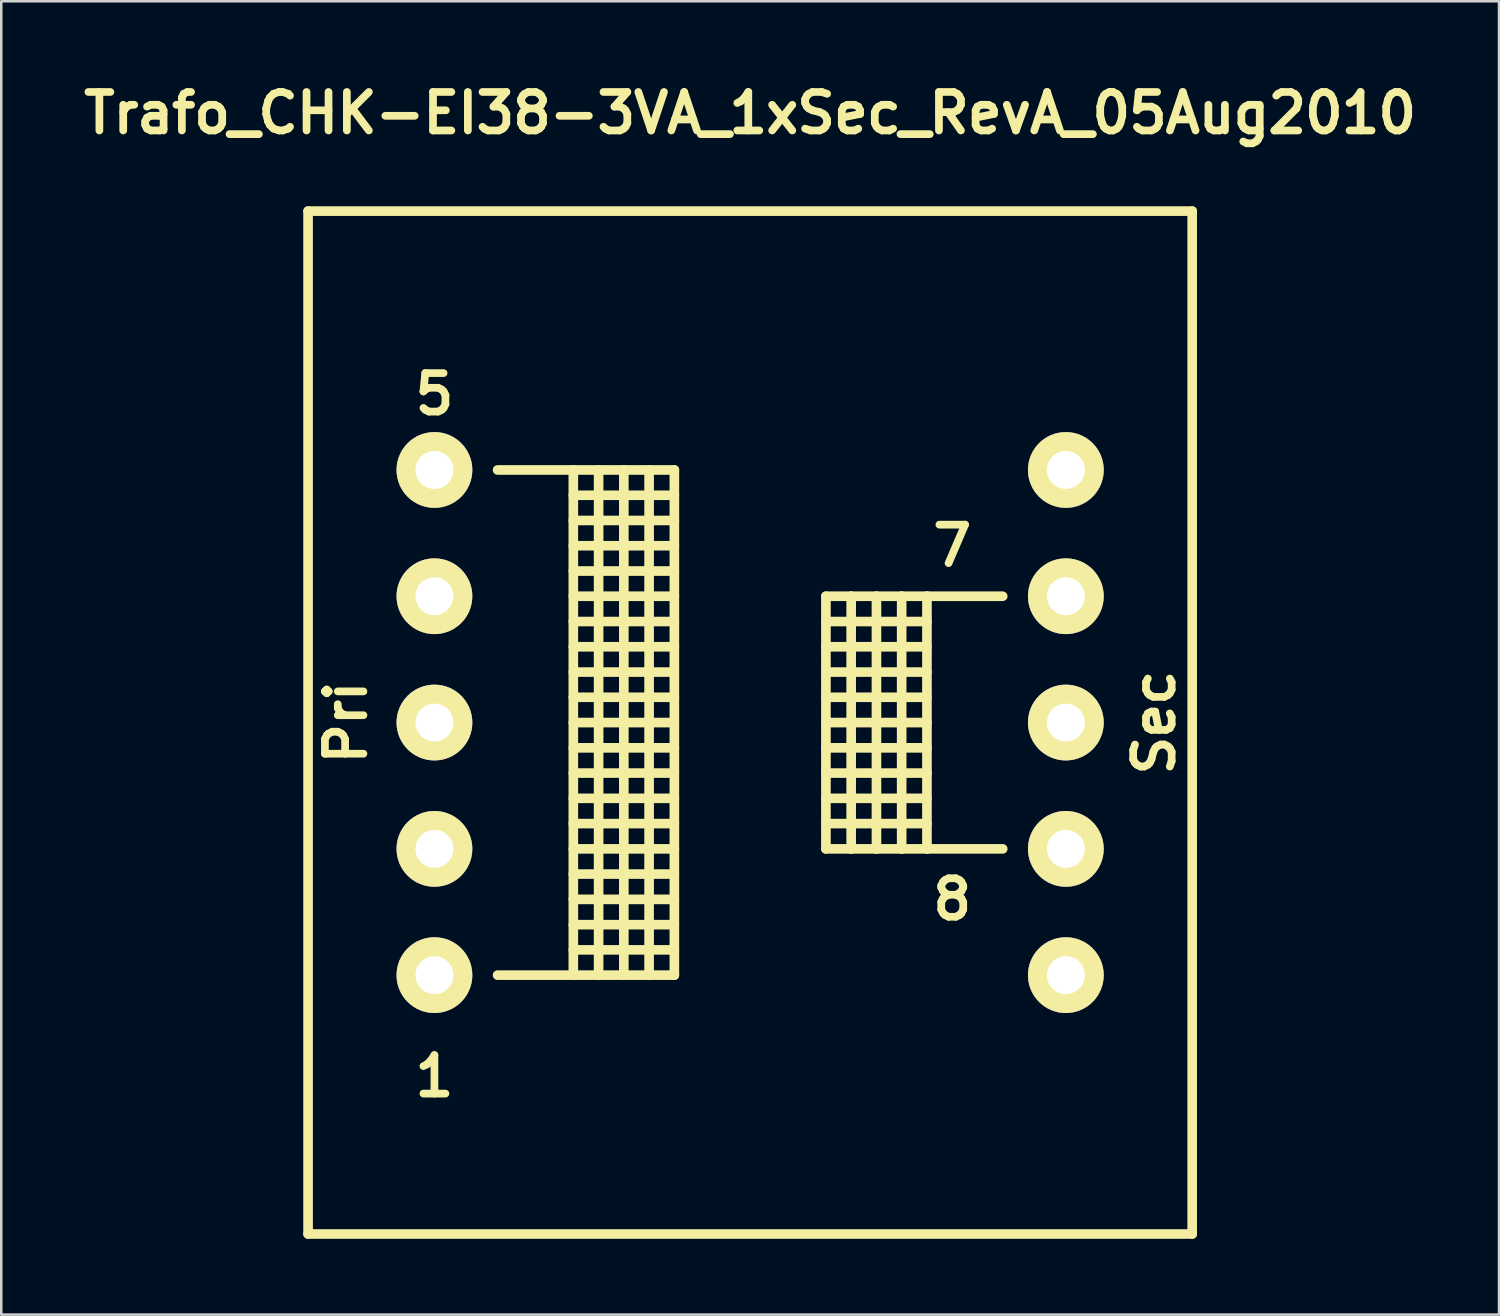
<source format=kicad_pcb>
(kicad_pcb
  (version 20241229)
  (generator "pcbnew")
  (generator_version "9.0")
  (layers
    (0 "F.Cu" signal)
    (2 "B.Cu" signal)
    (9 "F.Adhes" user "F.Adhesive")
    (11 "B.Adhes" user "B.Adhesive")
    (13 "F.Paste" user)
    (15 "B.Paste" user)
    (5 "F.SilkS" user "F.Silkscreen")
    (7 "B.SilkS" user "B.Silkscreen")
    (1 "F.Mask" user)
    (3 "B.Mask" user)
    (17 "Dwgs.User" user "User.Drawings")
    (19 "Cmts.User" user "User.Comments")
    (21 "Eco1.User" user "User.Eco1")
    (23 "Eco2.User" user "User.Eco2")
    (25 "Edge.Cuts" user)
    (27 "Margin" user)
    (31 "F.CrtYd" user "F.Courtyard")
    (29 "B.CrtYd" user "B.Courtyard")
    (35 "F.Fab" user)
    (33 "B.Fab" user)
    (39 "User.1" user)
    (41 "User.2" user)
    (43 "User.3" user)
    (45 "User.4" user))
  (footprint "Trafo_CHK-EI38-3VA_1xSec_RevA_05Aug2010"
    (layer "F.Cu")
    (at 26.648 25.556)
    (property "Reference" "Trafo_CHK-EI38-3VA_1xSec_RevA_05Aug2010" (at 0 -24.13 0) (layer "F.SilkS") (effects (font (size 1.524 1.524) (thickness 0.305))))
    (attr through_hole)
    (fp_line (start -17.501 -20.249) (end -17.501 20.249) (stroke (width 0.381) (type solid)) (layer "F.SilkS"))
    (fp_line (start -17.501 20.249) (end 17.501 20.249) (stroke (width 0.381) (type solid)) (layer "F.SilkS"))
    (fp_line (start -10 -10) (end -7 -10) (stroke (width 0.381) (type solid)) (layer "F.SilkS"))
    (fp_line (start -7 -10) (end -7 10) (stroke (width 0.381) (type solid)) (layer "F.SilkS"))
    (fp_line (start -7 -10) (end -5.999 -10) (stroke (width 0.381) (type solid)) (layer "F.SilkS"))
    (fp_line (start -7 -8.999) (end -3 -8.999) (stroke (width 0.381) (type solid)) (layer "F.SilkS"))
    (fp_line (start -7 -8.001) (end -3 -8.001) (stroke (width 0.381) (type solid)) (layer "F.SilkS"))
    (fp_line (start -7 -7) (end -3 -7) (stroke (width 0.381) (type solid)) (layer "F.SilkS"))
    (fp_line (start -7 -5.999) (end -3 -5.999) (stroke (width 0.381) (type solid)) (layer "F.SilkS"))
    (fp_line (start -7 -5.001) (end -3 -5.001) (stroke (width 0.381) (type solid)) (layer "F.SilkS"))
    (fp_line (start -7 -4) (end -3 -4) (stroke (width 0.381) (type solid)) (layer "F.SilkS"))
    (fp_line (start -7 -3) (end -3 -3) (stroke (width 0.381) (type solid)) (layer "F.SilkS"))
    (fp_line (start -7 -1.999) (end -3 -1.999) (stroke (width 0.381) (type solid)) (layer "F.SilkS"))
    (fp_line (start -7 -1.001) (end -3 -1.001) (stroke (width 0.381) (type solid)) (layer "F.SilkS"))
    (fp_line (start -7 0) (end -3 0) (stroke (width 0.381) (type solid)) (layer "F.SilkS"))
    (fp_line (start -7 1.001) (end -3 1.001) (stroke (width 0.381) (type solid)) (layer "F.SilkS"))
    (fp_line (start -7 1.999) (end -3 1.999) (stroke (width 0.381) (type solid)) (layer "F.SilkS"))
    (fp_line (start -7 3) (end -3 3) (stroke (width 0.381) (type solid)) (layer "F.SilkS"))
    (fp_line (start -7 4) (end -3 4) (stroke (width 0.381) (type solid)) (layer "F.SilkS"))
    (fp_line (start -7 5.001) (end -3 5.001) (stroke (width 0.381) (type solid)) (layer "F.SilkS"))
    (fp_line (start -7 5.999) (end -3 5.999) (stroke (width 0.381) (type solid)) (layer "F.SilkS"))
    (fp_line (start -7 7) (end -3 7) (stroke (width 0.381) (type solid)) (layer "F.SilkS"))
    (fp_line (start -7 8.001) (end -3 8.001) (stroke (width 0.381) (type solid)) (layer "F.SilkS"))
    (fp_line (start -7 8.999) (end -3 8.999) (stroke (width 0.381) (type solid)) (layer "F.SilkS"))
    (fp_line (start -7 10) (end -10 10) (stroke (width 0.381) (type solid)) (layer "F.SilkS"))
    (fp_line (start -5.999 -10) (end -5.999 10) (stroke (width 0.381) (type solid)) (layer "F.SilkS"))
    (fp_line (start -5.999 -10) (end -5.001 -10) (stroke (width 0.381) (type solid)) (layer "F.SilkS"))
    (fp_line (start -5.999 10) (end -7 10) (stroke (width 0.381) (type solid)) (layer "F.SilkS"))
    (fp_line (start -5.001 -10) (end -5.001 10) (stroke (width 0.381) (type solid)) (layer "F.SilkS"))
    (fp_line (start -5.001 -10) (end -4 -10) (stroke (width 0.381) (type solid)) (layer "F.SilkS"))
    (fp_line (start -5.001 10) (end -5.999 10) (stroke (width 0.381) (type solid)) (layer "F.SilkS"))
    (fp_line (start -4 -10) (end -4 10) (stroke (width 0.381) (type solid)) (layer "F.SilkS"))
    (fp_line (start -4 -10) (end -3 -10) (stroke (width 0.381) (type solid)) (layer "F.SilkS"))
    (fp_line (start -4 10) (end -5.001 10) (stroke (width 0.381) (type solid)) (layer "F.SilkS"))
    (fp_line (start -3 -10) (end -3 10) (stroke (width 0.381) (type solid)) (layer "F.SilkS"))
    (fp_line (start -3 10) (end -4 10) (stroke (width 0.381) (type solid)) (layer "F.SilkS"))
    (fp_line (start 3 -5.001) (end 3 5.001) (stroke (width 0.381) (type solid)) (layer "F.SilkS"))
    (fp_line (start 3 -4) (end 7 -4) (stroke (width 0.381) (type solid)) (layer "F.SilkS"))
    (fp_line (start 3 -1.999) (end 7 -1.999) (stroke (width 0.381) (type solid)) (layer "F.SilkS"))
    (fp_line (start 3 0) (end 7 0) (stroke (width 0.381) (type solid)) (layer "F.SilkS"))
    (fp_line (start 3 1.999) (end 7 1.999) (stroke (width 0.381) (type solid)) (layer "F.SilkS"))
    (fp_line (start 3 4) (end 7 4) (stroke (width 0.381) (type solid)) (layer "F.SilkS"))
    (fp_line (start 3 5.001) (end 4 5.001) (stroke (width 0.381) (type solid)) (layer "F.SilkS"))
    (fp_line (start 4 -5.001) (end 3 -5.001) (stroke (width 0.381) (type solid)) (layer "F.SilkS"))
    (fp_line (start 4 -5.001) (end 4 5.001) (stroke (width 0.381) (type solid)) (layer "F.SilkS"))
    (fp_line (start 4 5.001) (end 5.001 5.001) (stroke (width 0.381) (type solid)) (layer "F.SilkS"))
    (fp_line (start 5.001 -5.001) (end 4 -5.001) (stroke (width 0.381) (type solid)) (layer "F.SilkS"))
    (fp_line (start 5.001 -5.001) (end 5.001 5.001) (stroke (width 0.381) (type solid)) (layer "F.SilkS"))
    (fp_line (start 5.001 5.001) (end 5.999 5.001) (stroke (width 0.381) (type solid)) (layer "F.SilkS"))
    (fp_line (start 5.999 -5.001) (end 5.001 -5.001) (stroke (width 0.381) (type solid)) (layer "F.SilkS"))
    (fp_line (start 5.999 -5.001) (end 5.999 5.001) (stroke (width 0.381) (type solid)) (layer "F.SilkS"))
    (fp_line (start 5.999 5.001) (end 7 5.001) (stroke (width 0.381) (type solid)) (layer "F.SilkS"))
    (fp_line (start 7 -5.001) (end 5.999 -5.001) (stroke (width 0.381) (type solid)) (layer "F.SilkS"))
    (fp_line (start 7 -5.001) (end 7 5.001) (stroke (width 0.381) (type solid)) (layer "F.SilkS"))
    (fp_line (start 7 -3) (end 3 -3) (stroke (width 0.381) (type solid)) (layer "F.SilkS"))
    (fp_line (start 7 -1.001) (end 3 -1.001) (stroke (width 0.381) (type solid)) (layer "F.SilkS"))
    (fp_line (start 7 1.001) (end 3 1.001) (stroke (width 0.381) (type solid)) (layer "F.SilkS"))
    (fp_line (start 7 3) (end 3 3) (stroke (width 0.381) (type solid)) (layer "F.SilkS"))
    (fp_line (start 7 5.001) (end 10 5.001) (stroke (width 0.381) (type solid)) (layer "F.SilkS"))
    (fp_line (start 10 -5.001) (end 7 -5.001) (stroke (width 0.381) (type solid)) (layer "F.SilkS"))
    (fp_line (start 17.501 -20.249) (end -17.501 -20.249) (stroke (width 0.381) (type solid)) (layer "F.SilkS"))
    (fp_line (start 17.501 20.249) (end 17.501 -20.249) (stroke (width 0.381) (type solid)) (layer "F.SilkS"))
    (fp_text user "Pri" (at -15.999 0 90) (layer "F.SilkS") (effects (font (size 1.524 1.524) (thickness 0.305))))
    (fp_text user "7" (at 8.001 -7 0) (layer "F.SilkS") (effects (font (size 1.524 1.524) (thickness 0.305))))
    (fp_text user "8" (at 8.001 7 0) (layer "F.SilkS") (effects (font (size 1.524 1.524) (thickness 0.305))))
    (fp_text user "5" (at -12.499 -13 0) (layer "F.SilkS") (effects (font (size 1.524 1.524) (thickness 0.305))))
    (fp_text user "Sec" (at 15.999 0 90) (layer "F.SilkS") (effects (font (size 1.524 1.524) (thickness 0.305))))
    (fp_text user "1" (at -12.499 14 0) (layer "F.SilkS") (effects (font (size 1.524 1.524) (thickness 0.305))))
    (pad "1" thru_hole circle (at -12.499 10) (size 3 3) (drill 1.501) (layers "*.Cu" "*.Mask" "F.SilkS"))
    (pad "2" thru_hole circle (at -12.499 5.001) (size 3 3) (drill 1.501) (layers "*.Cu" "*.Mask" "F.SilkS"))
    (pad "3" thru_hole circle (at -12.499 0) (size 3 3) (drill 1.501) (layers "*.Cu" "*.Mask" "F.SilkS"))
    (pad "4" thru_hole circle (at -12.499 -5.001) (size 3 3) (drill 1.501) (layers "*.Cu" "*.Mask" "F.SilkS"))
    (pad "5" thru_hole circle (at -12.499 -10) (size 3 3) (drill 1.501) (layers "*.Cu" "*.Mask" "F.SilkS"))
    (pad "6" thru_hole circle (at 12.499 -10) (size 3 3) (drill 1.501) (layers "*.Cu" "*.Mask" "F.SilkS"))
    (pad "7" thru_hole circle (at 12.499 -5.001) (size 3 3) (drill 1.501) (layers "*.Cu" "*.Mask" "F.SilkS"))
    (pad "8" thru_hole circle (at 12.499 0) (size 3 3) (drill 1.501) (layers "*.Cu" "*.Mask" "F.SilkS"))
    (pad "9" thru_hole circle (at 12.499 5.001) (size 3 3) (drill 1.501) (layers "*.Cu" "*.Mask" "F.SilkS"))
    (pad "10" thru_hole circle (at 12.499 10) (size 3 3) (drill 1.501) (layers "*.Cu" "*.Mask" "F.SilkS")))
  (gr_rect
    (start -3 -3)
    (end 56.296 48.996)
    (stroke (width 0.1) (type default))
    (fill no)
    (layer "Edge.Cuts")))
</source>
